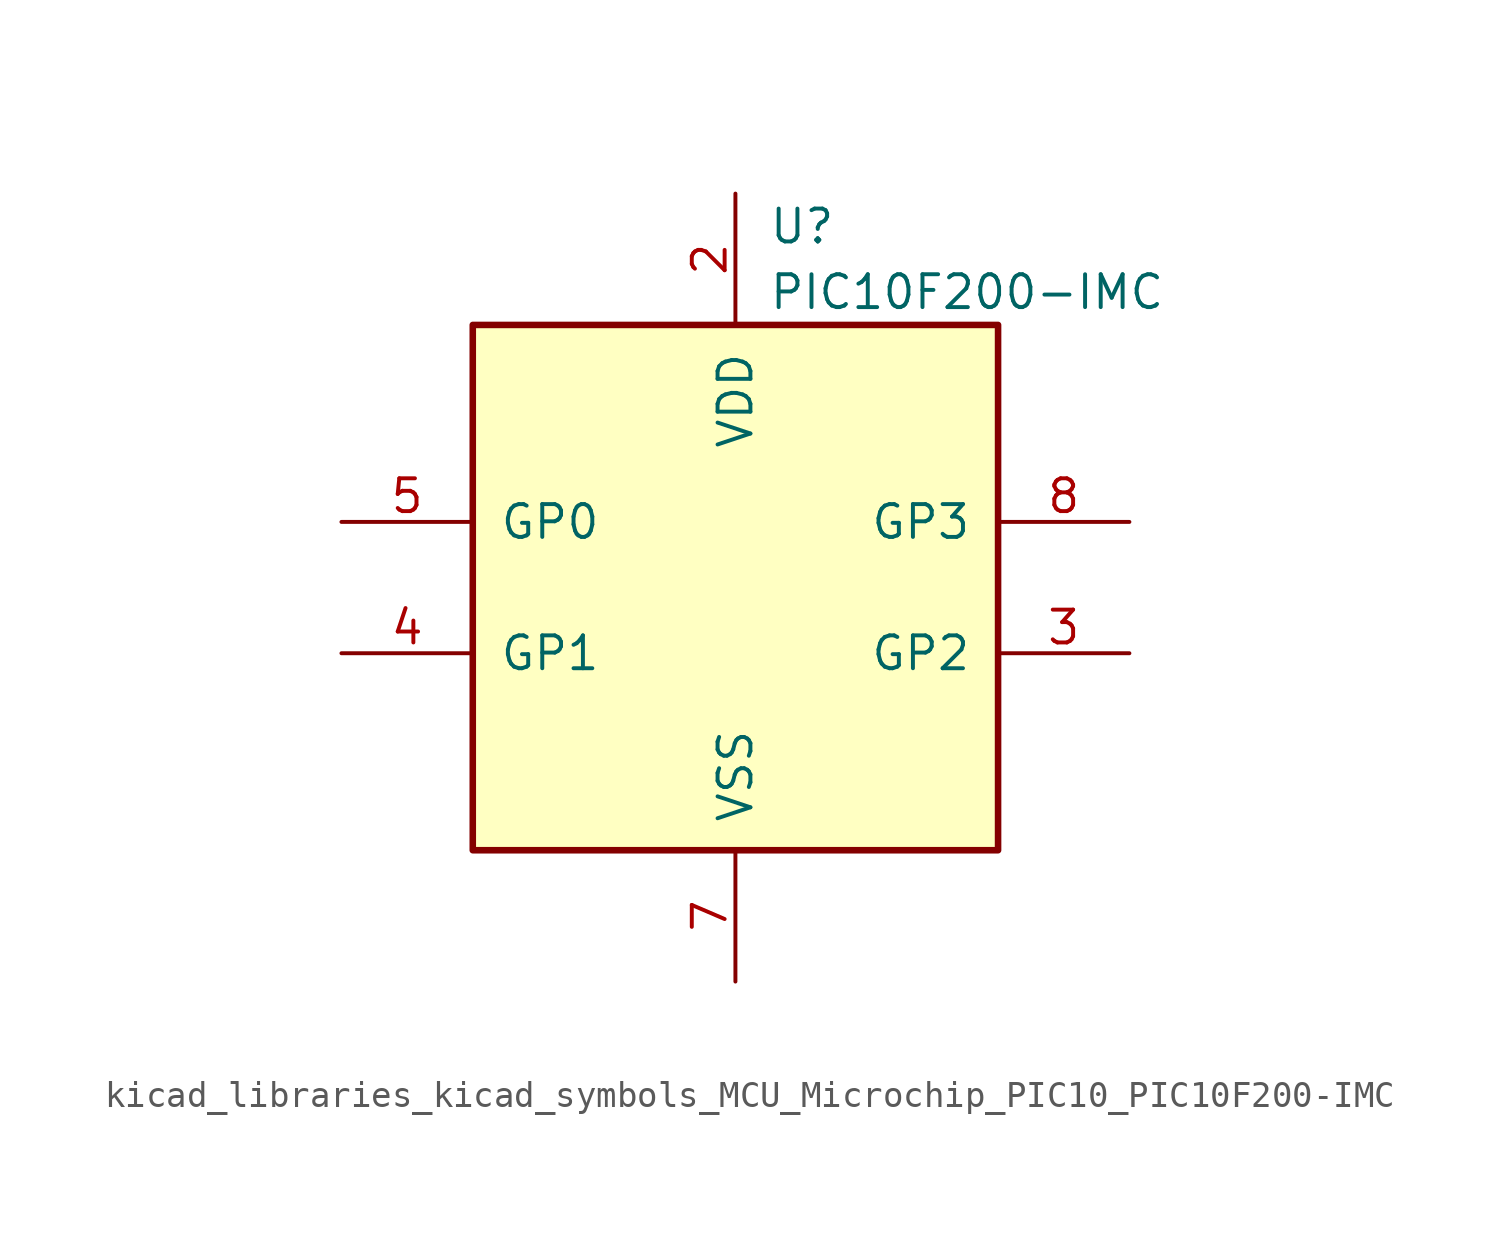
<source format=kicad_sym>
(kicad_symbol_lib
  (version 20220914)
  (generator kicad_symbol_editor)
  (symbol "kicad_libraries_kicad_symbols_MCU_Microchip_PIC10_PIC10F200-IMC"
    (pin_names
      (offset 1.016))
    (property "Reference" "U"
      (at 1.27 13.97 0)
      (effects (font (size 1.27 1.27)) (justify left)))
    (property "Value" "PIC10F200-IMC"
      (at 1.27 11.43 0)
      (effects (font (size 1.27 1.27)) (justify left)))
    (symbol "kicad_libraries_kicad_symbols_MCU_Microchip_PIC10_PIC10F200-IMC_0_1"
      (rectangle (start -10.16 10.16) (end 10.16 -10.16) (stroke (width 0.254) (type default)) (fill (type background))))
    (symbol "kicad_libraries_kicad_symbols_MCU_Microchip_PIC10_PIC10F200-IMC_1_1"
      (pin power_in line (at 0 15.24 270) (length 5.08) (name "VDD" (effects (font (size 1.27 1.27)))) (number "2" (effects (font (size 1.27 1.27)))))
      (pin bidirectional line (at 15.24 -2.54 180) (length 5.08) (name "GP2" (effects (font (size 1.27 1.27)))) (number "3" (effects (font (size 1.27 1.27)))))
      (pin bidirectional line (at -15.24 -2.54 0) (length 5.08) (name "GP1" (effects (font (size 1.27 1.27)))) (number "4" (effects (font (size 1.27 1.27)))))
      (pin bidirectional line (at -15.24 2.54 0) (length 5.08) (name "GP0" (effects (font (size 1.27 1.27)))) (number "5" (effects (font (size 1.27 1.27)))))
      (pin power_in line (at 0 -15.24 90) (length 5.08) (name "VSS" (effects (font (size 1.27 1.27)))) (number "7" (effects (font (size 1.27 1.27)))))
      (pin input line (at 15.24 2.54 180) (length 5.08) (name "GP3" (effects (font (size 1.27 1.27)))) (number "8" (effects (font (size 1.27 1.27))))))))
</source>
